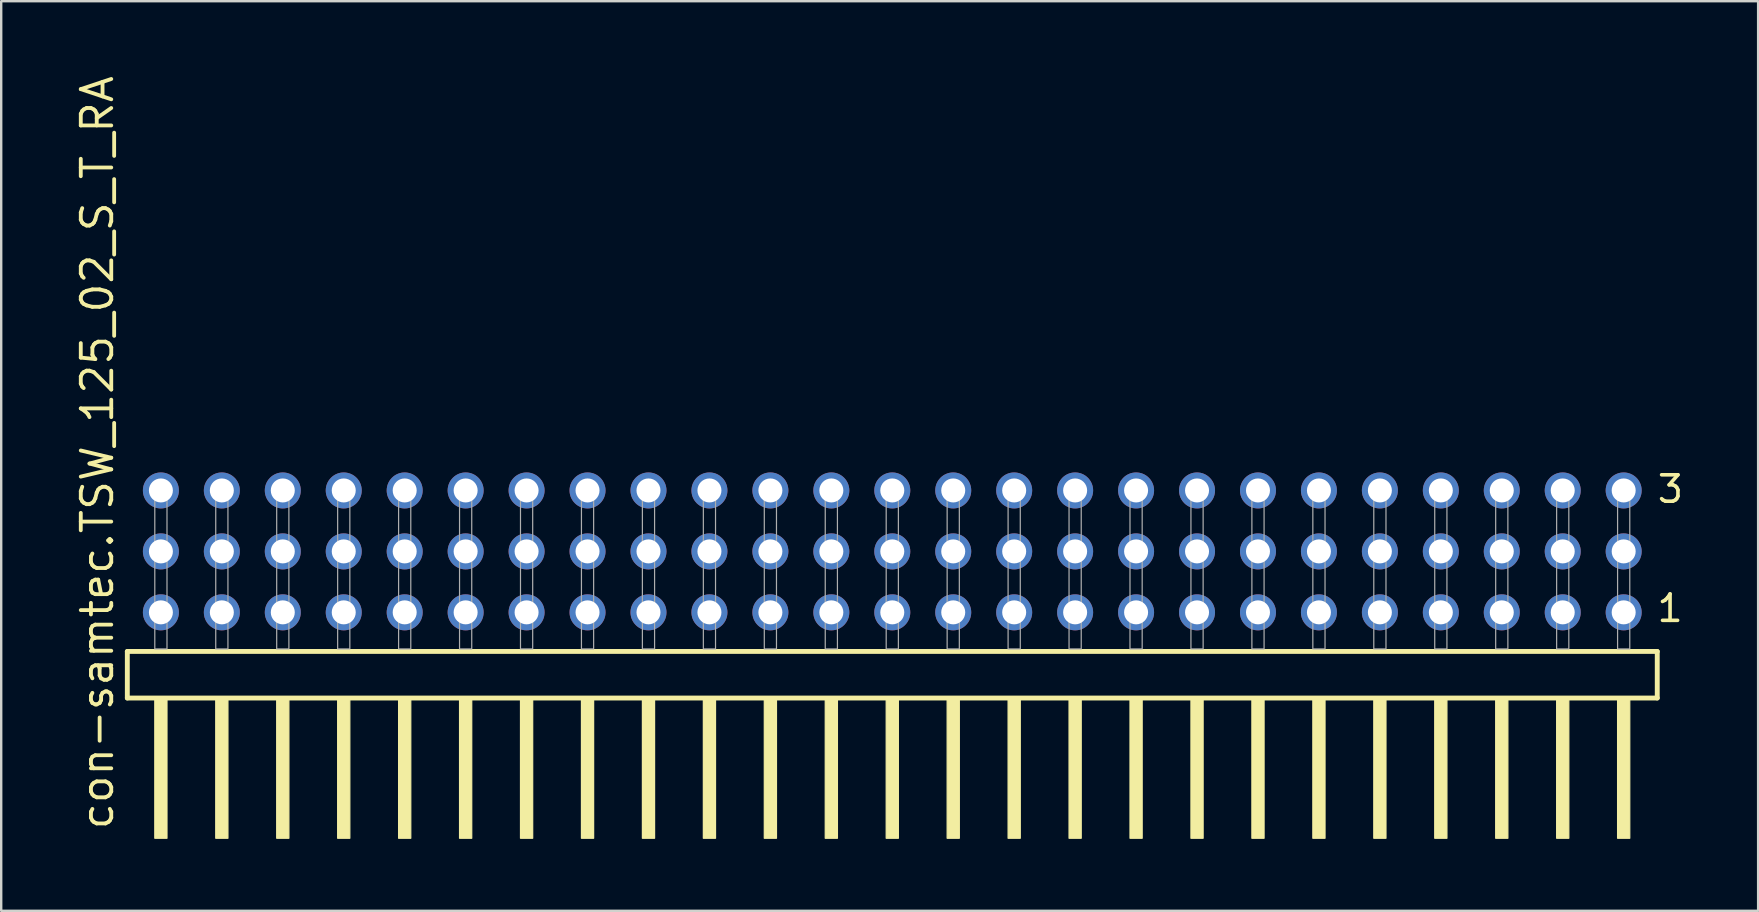
<source format=kicad_pcb>
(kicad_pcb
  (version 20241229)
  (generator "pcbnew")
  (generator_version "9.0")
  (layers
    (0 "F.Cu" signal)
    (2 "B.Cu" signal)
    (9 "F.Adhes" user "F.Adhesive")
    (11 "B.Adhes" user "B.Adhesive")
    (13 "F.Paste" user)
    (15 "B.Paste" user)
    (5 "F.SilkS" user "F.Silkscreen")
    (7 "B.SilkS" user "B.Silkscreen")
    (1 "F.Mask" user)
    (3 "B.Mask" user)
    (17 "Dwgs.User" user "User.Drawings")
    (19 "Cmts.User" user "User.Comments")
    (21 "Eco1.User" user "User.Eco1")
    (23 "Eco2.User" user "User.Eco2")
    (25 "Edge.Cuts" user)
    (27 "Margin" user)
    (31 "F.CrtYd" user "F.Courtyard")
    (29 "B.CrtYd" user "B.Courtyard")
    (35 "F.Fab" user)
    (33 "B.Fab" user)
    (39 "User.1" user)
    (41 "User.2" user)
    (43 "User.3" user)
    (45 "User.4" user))
  (footprint "con-samtec.TSW_125_02_S_T_RA"
    (layer "F.Cu")
    (at 34.135 23.993)
    (property "Reference" "con-samtec.TSW_125_02_S_T_RA" (at -32.385 7.62 90) (layer "F.SilkS") (effects (font (size 1.27 1.27) (thickness 0.16)) (justify left bottom)))
    (attr through_hole)
    (fp_line (start -31.879 0.106) (end -31.879 2.046) (stroke (width 0.203) (type default)) (layer "F.SilkS"))
    (fp_line (start -31.879 2.046) (end 31.879 2.046) (stroke (width 0.203) (type default)) (layer "F.SilkS"))
    (fp_line (start 31.879 0.106) (end -31.879 0.106) (stroke (width 0.203) (type default)) (layer "F.SilkS"))
    (fp_line (start 31.879 2.046) (end 31.879 0.106) (stroke (width 0.203) (type default)) (layer "F.SilkS"))
    (fp_rect (start -30.734 7.89) (end -30.226 2.04) (stroke (width 0.05) (type default)) (fill yes) (layer "F.SilkS"))
    (fp_rect (start -28.194 7.89) (end -27.686 2.04) (stroke (width 0.05) (type default)) (fill yes) (layer "F.SilkS"))
    (fp_rect (start -25.654 7.89) (end -25.146 2.04) (stroke (width 0.05) (type default)) (fill yes) (layer "F.SilkS"))
    (fp_rect (start -23.114 7.89) (end -22.606 2.04) (stroke (width 0.05) (type default)) (fill yes) (layer "F.SilkS"))
    (fp_rect (start -20.574 7.89) (end -20.066 2.04) (stroke (width 0.05) (type default)) (fill yes) (layer "F.SilkS"))
    (fp_rect (start -18.034 7.89) (end -17.526 2.04) (stroke (width 0.05) (type default)) (fill yes) (layer "F.SilkS"))
    (fp_rect (start -15.494 7.89) (end -14.986 2.04) (stroke (width 0.05) (type default)) (fill yes) (layer "F.SilkS"))
    (fp_rect (start -12.954 7.89) (end -12.446 2.04) (stroke (width 0.05) (type default)) (fill yes) (layer "F.SilkS"))
    (fp_rect (start -10.414 7.89) (end -9.906 2.04) (stroke (width 0.05) (type default)) (fill yes) (layer "F.SilkS"))
    (fp_rect (start -7.874 7.89) (end -7.366 2.04) (stroke (width 0.05) (type default)) (fill yes) (layer "F.SilkS"))
    (fp_rect (start -5.334 7.89) (end -4.826 2.04) (stroke (width 0.05) (type default)) (fill yes) (layer "F.SilkS"))
    (fp_rect (start -2.794 7.89) (end -2.286 2.04) (stroke (width 0.05) (type default)) (fill yes) (layer "F.SilkS"))
    (fp_rect (start -0.254 7.89) (end 0.254 2.04) (stroke (width 0.05) (type default)) (fill yes) (layer "F.SilkS"))
    (fp_rect (start 2.286 7.89) (end 2.794 2.04) (stroke (width 0.05) (type default)) (fill yes) (layer "F.SilkS"))
    (fp_rect (start 4.826 7.89) (end 5.334 2.04) (stroke (width 0.05) (type default)) (fill yes) (layer "F.SilkS"))
    (fp_rect (start 7.366 7.89) (end 7.874 2.04) (stroke (width 0.05) (type default)) (fill yes) (layer "F.SilkS"))
    (fp_rect (start 9.906 7.89) (end 10.414 2.04) (stroke (width 0.05) (type default)) (fill yes) (layer "F.SilkS"))
    (fp_rect (start 12.446 7.89) (end 12.954 2.04) (stroke (width 0.05) (type default)) (fill yes) (layer "F.SilkS"))
    (fp_rect (start 14.986 7.89) (end 15.494 2.04) (stroke (width 0.05) (type default)) (fill yes) (layer "F.SilkS"))
    (fp_rect (start 17.526 7.89) (end 18.034 2.04) (stroke (width 0.05) (type default)) (fill yes) (layer "F.SilkS"))
    (fp_rect (start 20.066 7.89) (end 20.574 2.04) (stroke (width 0.05) (type default)) (fill yes) (layer "F.SilkS"))
    (fp_rect (start 22.606 7.89) (end 23.114 2.04) (stroke (width 0.05) (type default)) (fill yes) (layer "F.SilkS"))
    (fp_rect (start 25.146 7.89) (end 25.654 2.04) (stroke (width 0.05) (type default)) (fill yes) (layer "F.SilkS"))
    (fp_rect (start 27.686 7.89) (end 28.194 2.04) (stroke (width 0.05) (type default)) (fill yes) (layer "F.SilkS"))
    (fp_rect (start 30.226 7.89) (end 30.734 2.04) (stroke (width 0.05) (type default)) (fill yes) (layer "F.SilkS"))
    (fp_rect (start -30.734 0) (end -30.226 -6.858) (stroke (width 0.05) (type default)) (fill no) (layer "F.Fab"))
    (fp_rect (start -28.194 0) (end -27.686 -6.858) (stroke (width 0.05) (type default)) (fill no) (layer "F.Fab"))
    (fp_rect (start -25.654 0) (end -25.146 -6.858) (stroke (width 0.05) (type default)) (fill no) (layer "F.Fab"))
    (fp_rect (start -23.114 0) (end -22.606 -6.858) (stroke (width 0.05) (type default)) (fill no) (layer "F.Fab"))
    (fp_rect (start -20.574 0) (end -20.066 -6.858) (stroke (width 0.05) (type default)) (fill no) (layer "F.Fab"))
    (fp_rect (start -18.034 0) (end -17.526 -6.858) (stroke (width 0.05) (type default)) (fill no) (layer "F.Fab"))
    (fp_rect (start -15.494 0) (end -14.986 -6.858) (stroke (width 0.05) (type default)) (fill no) (layer "F.Fab"))
    (fp_rect (start -12.954 0) (end -12.446 -6.858) (stroke (width 0.05) (type default)) (fill no) (layer "F.Fab"))
    (fp_rect (start -10.414 0) (end -9.906 -6.858) (stroke (width 0.05) (type default)) (fill no) (layer "F.Fab"))
    (fp_rect (start -7.874 0) (end -7.366 -6.858) (stroke (width 0.05) (type default)) (fill no) (layer "F.Fab"))
    (fp_rect (start -5.334 0) (end -4.826 -6.858) (stroke (width 0.05) (type default)) (fill no) (layer "F.Fab"))
    (fp_rect (start -2.794 0) (end -2.286 -6.858) (stroke (width 0.05) (type default)) (fill no) (layer "F.Fab"))
    (fp_rect (start -0.254 0) (end 0.254 -6.858) (stroke (width 0.05) (type default)) (fill no) (layer "F.Fab"))
    (fp_rect (start 2.286 0) (end 2.794 -6.858) (stroke (width 0.05) (type default)) (fill no) (layer "F.Fab"))
    (fp_rect (start 4.826 0) (end 5.334 -6.858) (stroke (width 0.05) (type default)) (fill no) (layer "F.Fab"))
    (fp_rect (start 7.366 0) (end 7.874 -6.858) (stroke (width 0.05) (type default)) (fill no) (layer "F.Fab"))
    (fp_rect (start 9.906 0) (end 10.414 -6.858) (stroke (width 0.05) (type default)) (fill no) (layer "F.Fab"))
    (fp_rect (start 12.446 0) (end 12.954 -6.858) (stroke (width 0.05) (type default)) (fill no) (layer "F.Fab"))
    (fp_rect (start 14.986 0) (end 15.494 -6.858) (stroke (width 0.05) (type default)) (fill no) (layer "F.Fab"))
    (fp_rect (start 17.526 0) (end 18.034 -6.858) (stroke (width 0.05) (type default)) (fill no) (layer "F.Fab"))
    (fp_rect (start 20.066 0) (end 20.574 -6.858) (stroke (width 0.05) (type default)) (fill no) (layer "F.Fab"))
    (fp_rect (start 22.606 0) (end 23.114 -6.858) (stroke (width 0.05) (type default)) (fill no) (layer "F.Fab"))
    (fp_rect (start 25.146 0) (end 25.654 -6.858) (stroke (width 0.05) (type default)) (fill no) (layer "F.Fab"))
    (fp_rect (start 27.686 0) (end 28.194 -6.858) (stroke (width 0.05) (type default)) (fill no) (layer "F.Fab"))
    (fp_rect (start 30.226 0) (end 30.734 -6.858) (stroke (width 0.05) (type default)) (fill no) (layer "F.Fab"))
    (fp_text user "3" (at 31.805 -6.015 0) (layer "F.SilkS") (effects (font (size 1.1 1.1) (thickness 0.15)) (justify left bottom)))
    (fp_text user "1" (at 31.79 -1.05 0) (layer "F.SilkS") (effects (font (size 1.1 1.1) (thickness 0.15)) (justify left bottom)))
    (pad "1" thru_hole circle (at 30.48 -1.524 180) (size 1.5 1.5) (drill 1) (layers "*.Cu" "*.Mask"))
    (pad "2" thru_hole circle (at 30.48 -4.064 180) (size 1.5 1.5) (drill 1) (layers "*.Cu" "*.Mask"))
    (pad "3" thru_hole circle (at 30.48 -6.604 180) (size 1.5 1.5) (drill 1) (layers "*.Cu" "*.Mask"))
    (pad "4" thru_hole circle (at 27.94 -1.524 180) (size 1.5 1.5) (drill 1) (layers "*.Cu" "*.Mask"))
    (pad "5" thru_hole circle (at 27.94 -4.064 180) (size 1.5 1.5) (drill 1) (layers "*.Cu" "*.Mask"))
    (pad "6" thru_hole circle (at 27.94 -6.604 180) (size 1.5 1.5) (drill 1) (layers "*.Cu" "*.Mask"))
    (pad "7" thru_hole circle (at 25.4 -1.524 180) (size 1.5 1.5) (drill 1) (layers "*.Cu" "*.Mask"))
    (pad "8" thru_hole circle (at 25.4 -4.064 180) (size 1.5 1.5) (drill 1) (layers "*.Cu" "*.Mask"))
    (pad "9" thru_hole circle (at 25.4 -6.604 180) (size 1.5 1.5) (drill 1) (layers "*.Cu" "*.Mask"))
    (pad "10" thru_hole circle (at 22.86 -1.524 180) (size 1.5 1.5) (drill 1) (layers "*.Cu" "*.Mask"))
    (pad "11" thru_hole circle (at 22.86 -4.064 180) (size 1.5 1.5) (drill 1) (layers "*.Cu" "*.Mask"))
    (pad "12" thru_hole circle (at 22.86 -6.604 180) (size 1.5 1.5) (drill 1) (layers "*.Cu" "*.Mask"))
    (pad "13" thru_hole circle (at 20.32 -1.524 180) (size 1.5 1.5) (drill 1) (layers "*.Cu" "*.Mask"))
    (pad "14" thru_hole circle (at 20.32 -4.064 180) (size 1.5 1.5) (drill 1) (layers "*.Cu" "*.Mask"))
    (pad "15" thru_hole circle (at 20.32 -6.604 180) (size 1.5 1.5) (drill 1) (layers "*.Cu" "*.Mask"))
    (pad "16" thru_hole circle (at 17.78 -1.524 180) (size 1.5 1.5) (drill 1) (layers "*.Cu" "*.Mask"))
    (pad "17" thru_hole circle (at 17.78 -4.064 180) (size 1.5 1.5) (drill 1) (layers "*.Cu" "*.Mask"))
    (pad "18" thru_hole circle (at 17.78 -6.604 180) (size 1.5 1.5) (drill 1) (layers "*.Cu" "*.Mask"))
    (pad "19" thru_hole circle (at 15.24 -1.524 180) (size 1.5 1.5) (drill 1) (layers "*.Cu" "*.Mask"))
    (pad "20" thru_hole circle (at 15.24 -4.064 180) (size 1.5 1.5) (drill 1) (layers "*.Cu" "*.Mask"))
    (pad "21" thru_hole circle (at 15.24 -6.604 180) (size 1.5 1.5) (drill 1) (layers "*.Cu" "*.Mask"))
    (pad "22" thru_hole circle (at 12.7 -1.524 180) (size 1.5 1.5) (drill 1) (layers "*.Cu" "*.Mask"))
    (pad "23" thru_hole circle (at 12.7 -4.064 180) (size 1.5 1.5) (drill 1) (layers "*.Cu" "*.Mask"))
    (pad "24" thru_hole circle (at 12.7 -6.604 180) (size 1.5 1.5) (drill 1) (layers "*.Cu" "*.Mask"))
    (pad "25" thru_hole circle (at 10.16 -1.524 180) (size 1.5 1.5) (drill 1) (layers "*.Cu" "*.Mask"))
    (pad "26" thru_hole circle (at 10.16 -4.064 180) (size 1.5 1.5) (drill 1) (layers "*.Cu" "*.Mask"))
    (pad "27" thru_hole circle (at 10.16 -6.604 180) (size 1.5 1.5) (drill 1) (layers "*.Cu" "*.Mask"))
    (pad "28" thru_hole circle (at 7.62 -1.524 180) (size 1.5 1.5) (drill 1) (layers "*.Cu" "*.Mask"))
    (pad "29" thru_hole circle (at 7.62 -4.064 180) (size 1.5 1.5) (drill 1) (layers "*.Cu" "*.Mask"))
    (pad "30" thru_hole circle (at 7.62 -6.604 180) (size 1.5 1.5) (drill 1) (layers "*.Cu" "*.Mask"))
    (pad "31" thru_hole circle (at 5.08 -1.524 180) (size 1.5 1.5) (drill 1) (layers "*.Cu" "*.Mask"))
    (pad "32" thru_hole circle (at 5.08 -4.064 180) (size 1.5 1.5) (drill 1) (layers "*.Cu" "*.Mask"))
    (pad "33" thru_hole circle (at 5.08 -6.604 180) (size 1.5 1.5) (drill 1) (layers "*.Cu" "*.Mask"))
    (pad "34" thru_hole circle (at 2.54 -1.524 180) (size 1.5 1.5) (drill 1) (layers "*.Cu" "*.Mask"))
    (pad "35" thru_hole circle (at 2.54 -4.064 180) (size 1.5 1.5) (drill 1) (layers "*.Cu" "*.Mask"))
    (pad "36" thru_hole circle (at 2.54 -6.604 180) (size 1.5 1.5) (drill 1) (layers "*.Cu" "*.Mask"))
    (pad "37" thru_hole circle (at 0 -1.524 180) (size 1.5 1.5) (drill 1) (layers "*.Cu" "*.Mask"))
    (pad "38" thru_hole circle (at 0 -4.064 180) (size 1.5 1.5) (drill 1) (layers "*.Cu" "*.Mask"))
    (pad "39" thru_hole circle (at 0 -6.604 180) (size 1.5 1.5) (drill 1) (layers "*.Cu" "*.Mask"))
    (pad "40" thru_hole circle (at -2.54 -1.524 180) (size 1.5 1.5) (drill 1) (layers "*.Cu" "*.Mask"))
    (pad "41" thru_hole circle (at -2.54 -4.064 180) (size 1.5 1.5) (drill 1) (layers "*.Cu" "*.Mask"))
    (pad "42" thru_hole circle (at -2.54 -6.604 180) (size 1.5 1.5) (drill 1) (layers "*.Cu" "*.Mask"))
    (pad "43" thru_hole circle (at -5.08 -1.524 180) (size 1.5 1.5) (drill 1) (layers "*.Cu" "*.Mask"))
    (pad "44" thru_hole circle (at -5.08 -4.064 180) (size 1.5 1.5) (drill 1) (layers "*.Cu" "*.Mask"))
    (pad "45" thru_hole circle (at -5.08 -6.604 180) (size 1.5 1.5) (drill 1) (layers "*.Cu" "*.Mask"))
    (pad "46" thru_hole circle (at -7.62 -1.524 180) (size 1.5 1.5) (drill 1) (layers "*.Cu" "*.Mask"))
    (pad "47" thru_hole circle (at -7.62 -4.064 180) (size 1.5 1.5) (drill 1) (layers "*.Cu" "*.Mask"))
    (pad "48" thru_hole circle (at -7.62 -6.604 180) (size 1.5 1.5) (drill 1) (layers "*.Cu" "*.Mask"))
    (pad "49" thru_hole circle (at -10.16 -1.524 180) (size 1.5 1.5) (drill 1) (layers "*.Cu" "*.Mask"))
    (pad "50" thru_hole circle (at -10.16 -4.064 180) (size 1.5 1.5) (drill 1) (layers "*.Cu" "*.Mask"))
    (pad "51" thru_hole circle (at -10.16 -6.604 180) (size 1.5 1.5) (drill 1) (layers "*.Cu" "*.Mask"))
    (pad "52" thru_hole circle (at -12.7 -1.524 180) (size 1.5 1.5) (drill 1) (layers "*.Cu" "*.Mask"))
    (pad "53" thru_hole circle (at -12.7 -4.064 180) (size 1.5 1.5) (drill 1) (layers "*.Cu" "*.Mask"))
    (pad "54" thru_hole circle (at -12.7 -6.604 180) (size 1.5 1.5) (drill 1) (layers "*.Cu" "*.Mask"))
    (pad "55" thru_hole circle (at -15.24 -1.524 180) (size 1.5 1.5) (drill 1) (layers "*.Cu" "*.Mask"))
    (pad "56" thru_hole circle (at -15.24 -4.064 180) (size 1.5 1.5) (drill 1) (layers "*.Cu" "*.Mask"))
    (pad "57" thru_hole circle (at -15.24 -6.604 180) (size 1.5 1.5) (drill 1) (layers "*.Cu" "*.Mask"))
    (pad "58" thru_hole circle (at -17.78 -1.524 180) (size 1.5 1.5) (drill 1) (layers "*.Cu" "*.Mask"))
    (pad "59" thru_hole circle (at -17.78 -4.064 180) (size 1.5 1.5) (drill 1) (layers "*.Cu" "*.Mask"))
    (pad "60" thru_hole circle (at -17.78 -6.604 180) (size 1.5 1.5) (drill 1) (layers "*.Cu" "*.Mask"))
    (pad "61" thru_hole circle (at -20.32 -1.524 180) (size 1.5 1.5) (drill 1) (layers "*.Cu" "*.Mask"))
    (pad "62" thru_hole circle (at -20.32 -4.064 180) (size 1.5 1.5) (drill 1) (layers "*.Cu" "*.Mask"))
    (pad "63" thru_hole circle (at -20.32 -6.604 180) (size 1.5 1.5) (drill 1) (layers "*.Cu" "*.Mask"))
    (pad "64" thru_hole circle (at -22.86 -1.524 180) (size 1.5 1.5) (drill 1) (layers "*.Cu" "*.Mask"))
    (pad "65" thru_hole circle (at -22.86 -4.064 180) (size 1.5 1.5) (drill 1) (layers "*.Cu" "*.Mask"))
    (pad "66" thru_hole circle (at -22.86 -6.604 180) (size 1.5 1.5) (drill 1) (layers "*.Cu" "*.Mask"))
    (pad "67" thru_hole circle (at -25.4 -1.524 180) (size 1.5 1.5) (drill 1) (layers "*.Cu" "*.Mask"))
    (pad "68" thru_hole circle (at -25.4 -4.064 180) (size 1.5 1.5) (drill 1) (layers "*.Cu" "*.Mask"))
    (pad "69" thru_hole circle (at -25.4 -6.604 180) (size 1.5 1.5) (drill 1) (layers "*.Cu" "*.Mask"))
    (pad "70" thru_hole circle (at -27.94 -1.524 180) (size 1.5 1.5) (drill 1) (layers "*.Cu" "*.Mask"))
    (pad "71" thru_hole circle (at -27.94 -4.064 180) (size 1.5 1.5) (drill 1) (layers "*.Cu" "*.Mask"))
    (pad "72" thru_hole circle (at -27.94 -6.604 180) (size 1.5 1.5) (drill 1) (layers "*.Cu" "*.Mask"))
    (pad "73" thru_hole circle (at -30.48 -1.524 180) (size 1.5 1.5) (drill 1) (layers "*.Cu" "*.Mask"))
    (pad "74" thru_hole circle (at -30.48 -4.064 180) (size 1.5 1.5) (drill 1) (layers "*.Cu" "*.Mask"))
    (pad "75" thru_hole circle (at -30.48 -6.604 180) (size 1.5 1.5) (drill 1) (layers "*.Cu" "*.Mask")))
  (gr_rect
    (start -3 -3)
    (end 70.218 34.908)
    (stroke (width 0.1) (type default))
    (fill no)
    (layer "Edge.Cuts")))
</source>
